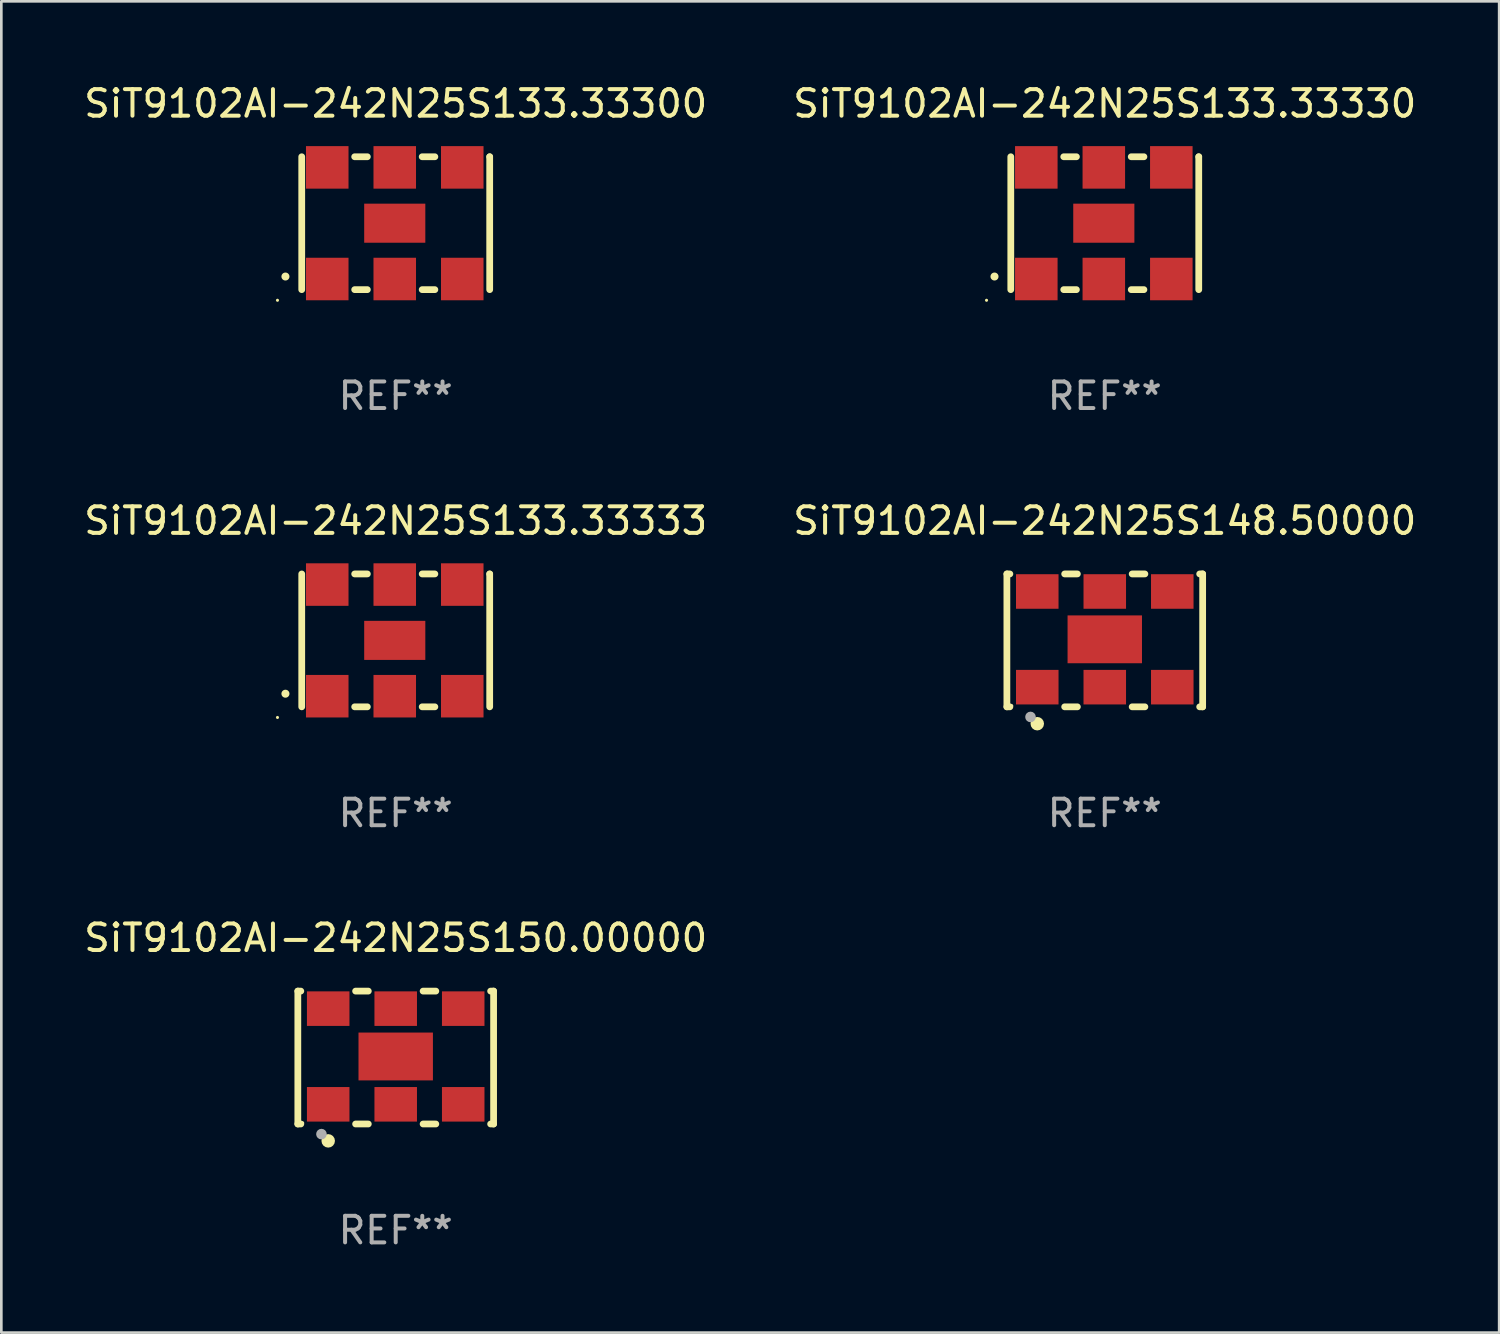
<source format=kicad_pcb>
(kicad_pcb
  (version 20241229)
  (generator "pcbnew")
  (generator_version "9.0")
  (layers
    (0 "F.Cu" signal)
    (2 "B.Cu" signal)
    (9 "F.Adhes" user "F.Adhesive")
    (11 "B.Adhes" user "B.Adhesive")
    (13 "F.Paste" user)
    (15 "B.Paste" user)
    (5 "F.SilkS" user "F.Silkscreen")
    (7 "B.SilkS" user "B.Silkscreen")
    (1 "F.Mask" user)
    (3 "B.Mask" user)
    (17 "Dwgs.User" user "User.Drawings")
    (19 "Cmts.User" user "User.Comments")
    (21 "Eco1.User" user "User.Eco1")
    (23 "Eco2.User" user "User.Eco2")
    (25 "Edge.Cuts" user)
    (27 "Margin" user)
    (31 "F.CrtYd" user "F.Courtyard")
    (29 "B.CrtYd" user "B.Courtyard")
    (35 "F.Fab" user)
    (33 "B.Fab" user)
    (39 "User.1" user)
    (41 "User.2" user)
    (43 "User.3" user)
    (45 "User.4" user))
  (footprint "SiT9102AI-242N25S150.00000"
    (layer "F.Cu")
    (at 11.839 36.741)
    (property "Reference" "SiT9102AI-242N25S150.00000" (at 0 -4.5 0) (layer "F.SilkS") (effects (font (size 1 1) (thickness 0.15))))
    (attr through_hole)
    (fp_line (start -3.683 -2.5) (end -3.571 -2.5) (stroke (width 0.254) (type solid)) (layer "F.SilkS"))
    (fp_line (start -3.683 2.5) (end -3.683 -2.5) (stroke (width 0.254) (type solid)) (layer "F.SilkS"))
    (fp_line (start -3.683 2.5) (end -3.571 2.5) (stroke (width 0.254) (type solid)) (layer "F.SilkS"))
    (fp_line (start -1.509 -2.5) (end -1.031 -2.5) (stroke (width 0.254) (type solid)) (layer "F.SilkS"))
    (fp_line (start -1.509 2.5) (end -1.031 2.5) (stroke (width 0.254) (type solid)) (layer "F.SilkS"))
    (fp_line (start 1.031 -2.5) (end 1.509 -2.5) (stroke (width 0.254) (type solid)) (layer "F.SilkS"))
    (fp_line (start 1.031 2.5) (end 1.509 2.5) (stroke (width 0.254) (type solid)) (layer "F.SilkS"))
    (fp_line (start 3.571 -2.5) (end 3.683 -2.5) (stroke (width 0.254) (type solid)) (layer "F.SilkS"))
    (fp_line (start 3.571 2.5) (end 3.683 2.5) (stroke (width 0.254) (type solid)) (layer "F.SilkS"))
    (fp_line (start 3.683 2.5) (end 3.683 -2.5) (stroke (width 0.254) (type solid)) (layer "F.SilkS"))
    (fp_circle (center -3.5 2.46) (end -3.47 2.46) (stroke (width 0.06) (type solid)) (fill no) (layer "F.SilkS"))
    (fp_circle (center -2.54 3.135) (end -2.413 3.135) (stroke (width 0.254) (type solid)) (fill no) (layer "F.SilkS"))
    (fp_circle (center -2.794 2.881) (end -2.694 2.881) (stroke (width 0.2) (type solid)) (fill no) (layer "F.Fab"))
    (fp_text user "REF**" (at 0 6.5 0) (layer "F.Fab") (effects (font (size 1 1) (thickness 0.15))))
    (pad "1" smd rect (at -2.54 1.76) (size 1.6 1.3) (layers "F.Cu" "F.Mask" "F.Paste"))
    (pad "2" smd rect (at 0 1.76) (size 1.6 1.3) (layers "F.Cu" "F.Mask" "F.Paste"))
    (pad "3" smd rect (at 2.54 1.76) (size 1.6 1.3) (layers "F.Cu" "F.Mask" "F.Paste"))
    (pad "4" smd rect (at 2.54 -1.84) (size 1.6 1.3) (layers "F.Cu" "F.Mask" "F.Paste"))
    (pad "5" smd rect (at 0 -1.84) (size 1.6 1.3) (layers "F.Cu" "F.Mask" "F.Paste"))
    (pad "6" smd rect (at -2.54 -1.84) (size 1.6 1.3) (layers "F.Cu" "F.Mask" "F.Paste"))
    (pad "7" smd rect (at 0 -0.04) (size 2.8 1.8) (layers "F.Cu" "F.Mask" "F.Paste")))
  (footprint "SiT9102AI-242N25S133.33333"
    (layer "F.Cu")
    (at 11.839 21.045)
    (property "Reference" "SiT9102AI-242N25S133.33333" (at 0 -4.5 0) (layer "F.SilkS") (effects (font (size 1 1) (thickness 0.15))))
    (attr through_hole)
    (fp_line (start -3.536 -2.5) (end -3.536 2.5) (stroke (width 0.254) (type solid)) (layer "F.SilkS"))
    (fp_line (start -1.544 2.5) (end -1.067 2.5) (stroke (width 0.254) (type solid)) (layer "F.SilkS"))
    (fp_line (start -1.067 -2.5) (end -1.544 -2.5) (stroke (width 0.254) (type solid)) (layer "F.SilkS"))
    (fp_line (start 0.996 2.5) (end 1.473 2.5) (stroke (width 0.254) (type solid)) (layer "F.SilkS"))
    (fp_line (start 1.473 -2.5) (end 0.996 -2.5) (stroke (width 0.254) (type solid)) (layer "F.SilkS"))
    (fp_line (start 3.536 -2.5) (end 3.536 -2.5) (stroke (width 0.254) (type solid)) (layer "F.SilkS"))
    (fp_line (start 3.536 2.5) (end 3.536 -2.5) (stroke (width 0.254) (type solid)) (layer "F.SilkS"))
    (fp_arc (start -4.150432 2.006604) (mid -4.149162 2.006599) (end -4.147892 2.006604) (stroke (width 0.3) (type solid)) (layer "F.SilkS"))
    (fp_circle (center -4.449 2.9) (end -4.419 2.9) (stroke (width 0.06) (type solid)) (fill no) (layer "F.SilkS"))
    (fp_text user "REF**" (at 0 6.5 0) (layer "F.Fab") (effects (font (size 1 1) (thickness 0.15))))
    (pad "1" smd rect (at -2.576 2.1) (size 1.6 1.6) (layers "F.Cu" "F.Mask" "F.Paste"))
    (pad "2" smd rect (at -0.036 2.1) (size 1.6 1.6) (layers "F.Cu" "F.Mask" "F.Paste"))
    (pad "3" smd rect (at 2.504 2.1) (size 1.6 1.6) (layers "F.Cu" "F.Mask" "F.Paste"))
    (pad "4" smd rect (at 2.504 -2.1) (size 1.6 1.6) (layers "F.Cu" "F.Mask" "F.Paste"))
    (pad "5" smd rect (at -0.036 -2.1) (size 1.6 1.6) (layers "F.Cu" "F.Mask" "F.Paste"))
    (pad "6" smd rect (at -2.576 -2.1) (size 1.6 1.6) (layers "F.Cu" "F.Mask" "F.Paste"))
    (pad "7" smd rect (at -0.036 0) (size 2.3 1.47) (layers "F.Cu" "F.Mask" "F.Paste")))
  (footprint "SiT9102AI-242N25S148.50000"
    (layer "F.Cu")
    (at 38.518 21.045)
    (property "Reference" "SiT9102AI-242N25S148.50000" (at 0 -4.5 0) (layer "F.SilkS") (effects (font (size 1 1) (thickness 0.15))))
    (attr through_hole)
    (fp_line (start -3.683 -2.5) (end -3.571 -2.5) (stroke (width 0.254) (type solid)) (layer "F.SilkS"))
    (fp_line (start -3.683 2.5) (end -3.683 -2.5) (stroke (width 0.254) (type solid)) (layer "F.SilkS"))
    (fp_line (start -3.683 2.5) (end -3.571 2.5) (stroke (width 0.254) (type solid)) (layer "F.SilkS"))
    (fp_line (start -1.509 -2.5) (end -1.031 -2.5) (stroke (width 0.254) (type solid)) (layer "F.SilkS"))
    (fp_line (start -1.509 2.5) (end -1.031 2.5) (stroke (width 0.254) (type solid)) (layer "F.SilkS"))
    (fp_line (start 1.031 -2.5) (end 1.509 -2.5) (stroke (width 0.254) (type solid)) (layer "F.SilkS"))
    (fp_line (start 1.031 2.5) (end 1.509 2.5) (stroke (width 0.254) (type solid)) (layer "F.SilkS"))
    (fp_line (start 3.571 -2.5) (end 3.683 -2.5) (stroke (width 0.254) (type solid)) (layer "F.SilkS"))
    (fp_line (start 3.571 2.5) (end 3.683 2.5) (stroke (width 0.254) (type solid)) (layer "F.SilkS"))
    (fp_line (start 3.683 2.5) (end 3.683 -2.5) (stroke (width 0.254) (type solid)) (layer "F.SilkS"))
    (fp_circle (center -3.5 2.46) (end -3.47 2.46) (stroke (width 0.06) (type solid)) (fill no) (layer "F.SilkS"))
    (fp_circle (center -2.54 3.135) (end -2.413 3.135) (stroke (width 0.254) (type solid)) (fill no) (layer "F.SilkS"))
    (fp_circle (center -2.794 2.881) (end -2.694 2.881) (stroke (width 0.2) (type solid)) (fill no) (layer "F.Fab"))
    (fp_text user "REF**" (at 0 6.5 0) (layer "F.Fab") (effects (font (size 1 1) (thickness 0.15))))
    (pad "1" smd rect (at -2.54 1.76) (size 1.6 1.3) (layers "F.Cu" "F.Mask" "F.Paste"))
    (pad "2" smd rect (at 0 1.76) (size 1.6 1.3) (layers "F.Cu" "F.Mask" "F.Paste"))
    (pad "3" smd rect (at 2.54 1.76) (size 1.6 1.3) (layers "F.Cu" "F.Mask" "F.Paste"))
    (pad "4" smd rect (at 2.54 -1.84) (size 1.6 1.3) (layers "F.Cu" "F.Mask" "F.Paste"))
    (pad "5" smd rect (at 0 -1.84) (size 1.6 1.3) (layers "F.Cu" "F.Mask" "F.Paste"))
    (pad "6" smd rect (at -2.54 -1.84) (size 1.6 1.3) (layers "F.Cu" "F.Mask" "F.Paste"))
    (pad "7" smd rect (at 0 -0.04) (size 2.8 1.8) (layers "F.Cu" "F.Mask" "F.Paste")))
  (footprint "SiT9102AI-242N25S133.33330"
    (layer "F.Cu")
    (at 38.518 5.348)
    (property "Reference" "SiT9102AI-242N25S133.33330" (at 0 -4.5 0) (layer "F.SilkS") (effects (font (size 1 1) (thickness 0.15))))
    (attr through_hole)
    (fp_line (start -3.536 -2.5) (end -3.536 2.5) (stroke (width 0.254) (type solid)) (layer "F.SilkS"))
    (fp_line (start -1.544 2.5) (end -1.067 2.5) (stroke (width 0.254) (type solid)) (layer "F.SilkS"))
    (fp_line (start -1.067 -2.5) (end -1.544 -2.5) (stroke (width 0.254) (type solid)) (layer "F.SilkS"))
    (fp_line (start 0.996 2.5) (end 1.473 2.5) (stroke (width 0.254) (type solid)) (layer "F.SilkS"))
    (fp_line (start 1.473 -2.5) (end 0.996 -2.5) (stroke (width 0.254) (type solid)) (layer "F.SilkS"))
    (fp_line (start 3.536 -2.5) (end 3.536 -2.5) (stroke (width 0.254) (type solid)) (layer "F.SilkS"))
    (fp_line (start 3.536 2.5) (end 3.536 -2.5) (stroke (width 0.254) (type solid)) (layer "F.SilkS"))
    (fp_arc (start -4.150432 2.006604) (mid -4.149162 2.006599) (end -4.147892 2.006604) (stroke (width 0.3) (type solid)) (layer "F.SilkS"))
    (fp_circle (center -4.449 2.9) (end -4.419 2.9) (stroke (width 0.06) (type solid)) (fill no) (layer "F.SilkS"))
    (fp_text user "REF**" (at 0 6.5 0) (layer "F.Fab") (effects (font (size 1 1) (thickness 0.15))))
    (pad "1" smd rect (at -2.576 2.1) (size 1.6 1.6) (layers "F.Cu" "F.Mask" "F.Paste"))
    (pad "2" smd rect (at -0.036 2.1) (size 1.6 1.6) (layers "F.Cu" "F.Mask" "F.Paste"))
    (pad "3" smd rect (at 2.504 2.1) (size 1.6 1.6) (layers "F.Cu" "F.Mask" "F.Paste"))
    (pad "4" smd rect (at 2.504 -2.1) (size 1.6 1.6) (layers "F.Cu" "F.Mask" "F.Paste"))
    (pad "5" smd rect (at -0.036 -2.1) (size 1.6 1.6) (layers "F.Cu" "F.Mask" "F.Paste"))
    (pad "6" smd rect (at -2.576 -2.1) (size 1.6 1.6) (layers "F.Cu" "F.Mask" "F.Paste"))
    (pad "7" smd rect (at -0.036 0) (size 2.3 1.47) (layers "F.Cu" "F.Mask" "F.Paste")))
  (footprint "SiT9102AI-242N25S133.33300"
    (layer "F.Cu")
    (at 11.839 5.348)
    (property "Reference" "SiT9102AI-242N25S133.33300" (at 0 -4.5 0) (layer "F.SilkS") (effects (font (size 1 1) (thickness 0.15))))
    (attr through_hole)
    (fp_line (start -3.536 -2.5) (end -3.536 2.5) (stroke (width 0.254) (type solid)) (layer "F.SilkS"))
    (fp_line (start -1.544 2.5) (end -1.067 2.5) (stroke (width 0.254) (type solid)) (layer "F.SilkS"))
    (fp_line (start -1.067 -2.5) (end -1.544 -2.5) (stroke (width 0.254) (type solid)) (layer "F.SilkS"))
    (fp_line (start 0.996 2.5) (end 1.473 2.5) (stroke (width 0.254) (type solid)) (layer "F.SilkS"))
    (fp_line (start 1.473 -2.5) (end 0.996 -2.5) (stroke (width 0.254) (type solid)) (layer "F.SilkS"))
    (fp_line (start 3.536 -2.5) (end 3.536 -2.5) (stroke (width 0.254) (type solid)) (layer "F.SilkS"))
    (fp_line (start 3.536 2.5) (end 3.536 -2.5) (stroke (width 0.254) (type solid)) (layer "F.SilkS"))
    (fp_arc (start -4.150432 2.006604) (mid -4.149162 2.006599) (end -4.147892 2.006604) (stroke (width 0.3) (type solid)) (layer "F.SilkS"))
    (fp_circle (center -4.449 2.9) (end -4.419 2.9) (stroke (width 0.06) (type solid)) (fill no) (layer "F.SilkS"))
    (fp_text user "REF**" (at 0 6.5 0) (layer "F.Fab") (effects (font (size 1 1) (thickness 0.15))))
    (pad "1" smd rect (at -2.576 2.1) (size 1.6 1.6) (layers "F.Cu" "F.Mask" "F.Paste"))
    (pad "2" smd rect (at -0.036 2.1) (size 1.6 1.6) (layers "F.Cu" "F.Mask" "F.Paste"))
    (pad "3" smd rect (at 2.504 2.1) (size 1.6 1.6) (layers "F.Cu" "F.Mask" "F.Paste"))
    (pad "4" smd rect (at 2.504 -2.1) (size 1.6 1.6) (layers "F.Cu" "F.Mask" "F.Paste"))
    (pad "5" smd rect (at -0.036 -2.1) (size 1.6 1.6) (layers "F.Cu" "F.Mask" "F.Paste"))
    (pad "6" smd rect (at -2.576 -2.1) (size 1.6 1.6) (layers "F.Cu" "F.Mask" "F.Paste"))
    (pad "7" smd rect (at -0.036 0) (size 2.3 1.47) (layers "F.Cu" "F.Mask" "F.Paste")))
  (gr_rect
    (start -3 -3)
    (end 53.357 47.09)
    (stroke (width 0.1) (type default))
    (fill no)
    (layer "Edge.Cuts")))
</source>
